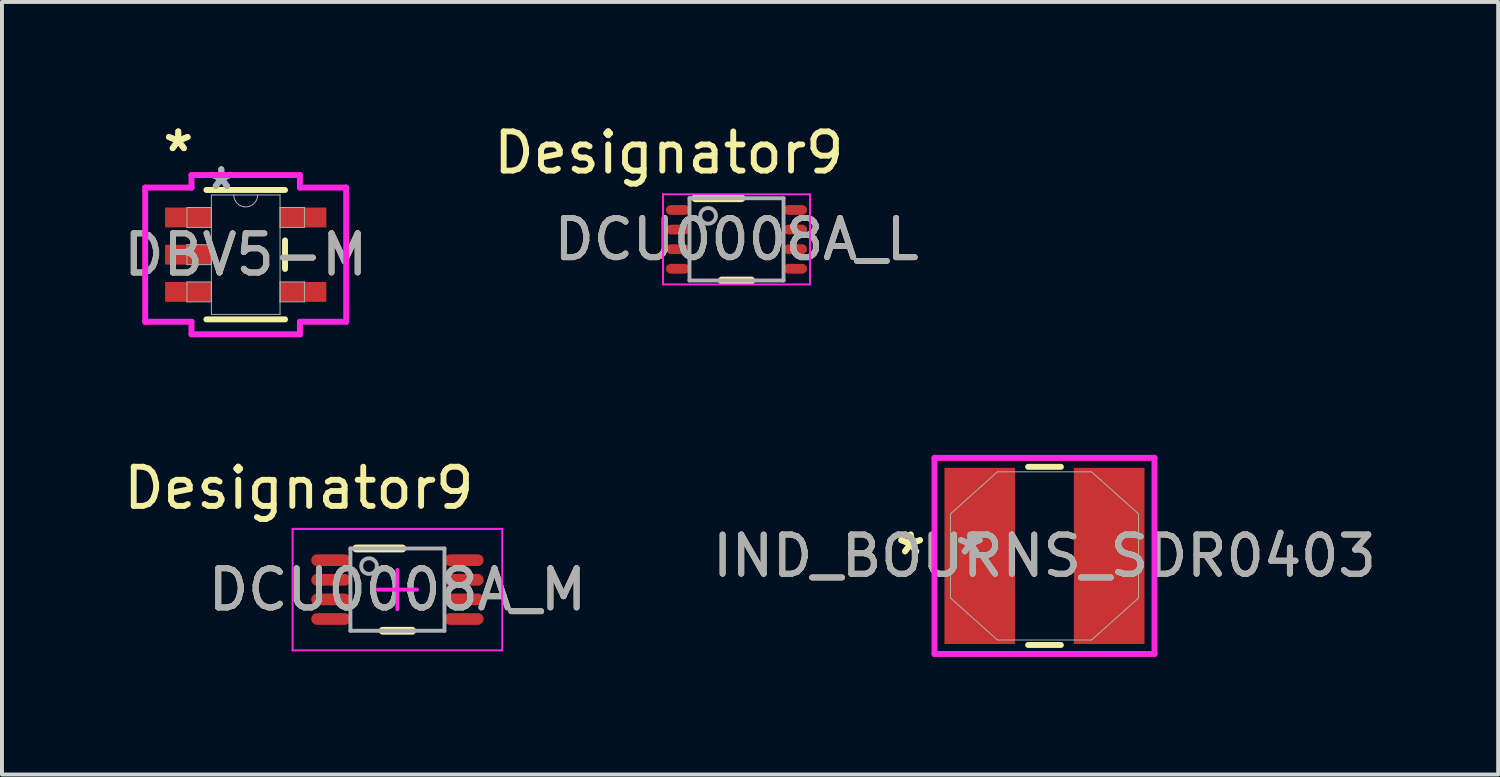
<source format=kicad_pcb>
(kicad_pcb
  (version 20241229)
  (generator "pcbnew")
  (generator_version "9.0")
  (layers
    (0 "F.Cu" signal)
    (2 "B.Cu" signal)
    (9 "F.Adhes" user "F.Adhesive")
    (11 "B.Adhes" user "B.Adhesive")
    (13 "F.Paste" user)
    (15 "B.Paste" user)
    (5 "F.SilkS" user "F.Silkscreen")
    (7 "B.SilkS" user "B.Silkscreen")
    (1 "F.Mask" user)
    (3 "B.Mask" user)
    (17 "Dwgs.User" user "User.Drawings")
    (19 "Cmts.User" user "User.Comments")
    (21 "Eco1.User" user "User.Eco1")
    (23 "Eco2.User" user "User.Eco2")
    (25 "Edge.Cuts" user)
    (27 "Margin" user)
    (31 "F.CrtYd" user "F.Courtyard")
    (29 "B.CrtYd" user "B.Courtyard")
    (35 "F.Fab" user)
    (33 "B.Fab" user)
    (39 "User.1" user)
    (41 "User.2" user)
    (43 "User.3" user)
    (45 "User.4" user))
  (footprint "IND_BOURNS_SDR0403"
    (layer "F.Cu")
    (at 23.604 11.136)
    (property "Reference" "IND_BOURNS_SDR0403" (at 0 0 0) (unlocked yes) (layer "F.SilkS") (effects (font (size 1 1) (thickness 0.15))))
    (attr smd)
    (fp_line (start -0.418 2.273) (end 0.418 2.273) (stroke (width 0.152) (type solid)) (layer "F.SilkS"))
    (fp_line (start 0.418 -2.273) (end -0.418 -2.273) (stroke (width 0.152) (type solid)) (layer "F.SilkS"))
    (fp_line (start -2.807 -2.502) (end 2.807 -2.502) (stroke (width 0.152) (type solid)) (layer "F.CrtYd"))
    (fp_line (start -2.807 2.502) (end -2.807 -2.502) (stroke (width 0.152) (type solid)) (layer "F.CrtYd"))
    (fp_line (start 2.807 -2.502) (end 2.807 2.502) (stroke (width 0.152) (type solid)) (layer "F.CrtYd"))
    (fp_line (start 2.807 2.502) (end -2.807 2.502) (stroke (width 0.152) (type solid)) (layer "F.CrtYd"))
    (fp_line (start -2.4 -1.073) (end -2.4 1.073) (stroke (width 0.025) (type solid)) (layer "F.Fab"))
    (fp_line (start -2.4 1.073) (end -1.2 2.146) (stroke (width 0.025) (type solid)) (layer "F.Fab"))
    (fp_line (start -1.2 -2.146) (end -2.4 -1.073) (stroke (width 0.025) (type solid)) (layer "F.Fab"))
    (fp_line (start -1.2 2.146) (end 1.2 2.146) (stroke (width 0.025) (type solid)) (layer "F.Fab"))
    (fp_line (start 1.2 -2.146) (end -1.2 -2.146) (stroke (width 0.025) (type solid)) (layer "F.Fab"))
    (fp_line (start 1.2 2.146) (end 2.4 1.073) (stroke (width 0.025) (type solid)) (layer "F.Fab"))
    (fp_line (start 2.4 -1.073) (end 1.2 -2.146) (stroke (width 0.025) (type solid)) (layer "F.Fab"))
    (fp_line (start 2.4 1.073) (end 2.4 -1.073) (stroke (width 0.025) (type solid)) (layer "F.Fab"))
    (fp_text user "*" (at -3.416 0 0) (unlocked yes) (layer "F.SilkS") (effects (font (size 1 1) (thickness 0.15))))
    (fp_text user "*" (at -3.416 0 0) (layer "F.SilkS") (effects (font (size 1 1) (thickness 0.15))))
    (fp_text user "*" (at -1.892 0 0) (unlocked yes) (layer "F.Fab") (effects (font (size 1 1) (thickness 0.15))))
    (fp_text user "*" (at -1.892 0 0) (layer "F.Fab") (effects (font (size 1 1) (thickness 0.15))))
    (fp_text user "${REFERENCE}" (at 0 0 0) (unlocked yes) (layer "F.Fab") (effects (font (size 1 1) (thickness 0.15))))
    (pad "1" smd rect (at -1.651 0) (size 1.803 4.496) (layers "F.Cu" "F.Mask" "F.Paste"))
    (pad "2" smd rect (at 1.651 0) (size 1.803 4.496) (layers "F.Cu" "F.Mask" "F.Paste")))
  (footprint "DBV5-M"
    (layer "F.Cu")
    (at 3.22 3.449)
    (property "Reference" "DBV5-M" (at 0 0 0) (unlocked yes) (layer "F.SilkS") (effects (font (size 1 1) (thickness 0.15))))
    (attr smd)
    (fp_line (start -1.003 1.651) (end 1.003 1.651) (stroke (width 0.152) (type solid)) (layer "F.SilkS"))
    (fp_line (start 1.003 -1.651) (end -1.003 -1.651) (stroke (width 0.152) (type solid)) (layer "F.SilkS"))
    (fp_line (start 1.003 0.363) (end 1.003 -0.363) (stroke (width 0.152) (type solid)) (layer "F.SilkS"))
    (fp_line (start -2.565 -1.712) (end -1.384 -1.712) (stroke (width 0.152) (type solid)) (layer "F.CrtYd"))
    (fp_line (start -2.565 1.712) (end -2.565 -1.712) (stroke (width 0.152) (type solid)) (layer "F.CrtYd"))
    (fp_line (start -1.384 -2.032) (end 1.384 -2.032) (stroke (width 0.152) (type solid)) (layer "F.CrtYd"))
    (fp_line (start -1.384 -1.712) (end -1.384 -2.032) (stroke (width 0.152) (type solid)) (layer "F.CrtYd"))
    (fp_line (start -1.384 1.712) (end -2.565 1.712) (stroke (width 0.152) (type solid)) (layer "F.CrtYd"))
    (fp_line (start -1.384 2.032) (end -1.384 1.712) (stroke (width 0.152) (type solid)) (layer "F.CrtYd"))
    (fp_line (start 1.384 -2.032) (end 1.384 -1.712) (stroke (width 0.152) (type solid)) (layer "F.CrtYd"))
    (fp_line (start 1.384 -1.712) (end 2.565 -1.712) (stroke (width 0.152) (type solid)) (layer "F.CrtYd"))
    (fp_line (start 1.384 1.712) (end 1.384 2.032) (stroke (width 0.152) (type solid)) (layer "F.CrtYd"))
    (fp_line (start 1.384 2.032) (end -1.384 2.032) (stroke (width 0.152) (type solid)) (layer "F.CrtYd"))
    (fp_line (start 2.565 -1.712) (end 2.565 1.712) (stroke (width 0.152) (type solid)) (layer "F.CrtYd"))
    (fp_line (start 2.565 1.712) (end 1.384 1.712) (stroke (width 0.152) (type solid)) (layer "F.CrtYd"))
    (fp_line (start -1.499 -1.204) (end -1.499 -0.696) (stroke (width 0.025) (type solid)) (layer "F.Fab"))
    (fp_line (start -1.499 -0.696) (end -0.876 -0.696) (stroke (width 0.025) (type solid)) (layer "F.Fab"))
    (fp_line (start -1.499 -0.254) (end -1.499 0.254) (stroke (width 0.025) (type solid)) (layer "F.Fab"))
    (fp_line (start -1.499 0.254) (end -0.876 0.254) (stroke (width 0.025) (type solid)) (layer "F.Fab"))
    (fp_line (start -1.499 0.696) (end -1.499 1.204) (stroke (width 0.025) (type solid)) (layer "F.Fab"))
    (fp_line (start -1.499 1.204) (end -0.876 1.204) (stroke (width 0.025) (type solid)) (layer "F.Fab"))
    (fp_line (start -0.876 -1.524) (end -0.876 1.524) (stroke (width 0.025) (type solid)) (layer "F.Fab"))
    (fp_line (start -0.876 -1.204) (end -1.499 -1.204) (stroke (width 0.025) (type solid)) (layer "F.Fab"))
    (fp_line (start -0.876 -0.696) (end -0.876 -1.204) (stroke (width 0.025) (type solid)) (layer "F.Fab"))
    (fp_line (start -0.876 -0.254) (end -1.499 -0.254) (stroke (width 0.025) (type solid)) (layer "F.Fab"))
    (fp_line (start -0.876 0.254) (end -0.876 -0.254) (stroke (width 0.025) (type solid)) (layer "F.Fab"))
    (fp_line (start -0.876 0.696) (end -1.499 0.696) (stroke (width 0.025) (type solid)) (layer "F.Fab"))
    (fp_line (start -0.876 1.204) (end -0.876 0.696) (stroke (width 0.025) (type solid)) (layer "F.Fab"))
    (fp_line (start -0.876 1.524) (end 0.876 1.524) (stroke (width 0.025) (type solid)) (layer "F.Fab"))
    (fp_line (start 0.876 -1.524) (end -0.876 -1.524) (stroke (width 0.025) (type solid)) (layer "F.Fab"))
    (fp_line (start 0.876 -1.204) (end 0.876 -0.696) (stroke (width 0.025) (type solid)) (layer "F.Fab"))
    (fp_line (start 0.876 -0.696) (end 1.499 -0.696) (stroke (width 0.025) (type solid)) (layer "F.Fab"))
    (fp_line (start 0.876 0.696) (end 0.876 1.204) (stroke (width 0.025) (type solid)) (layer "F.Fab"))
    (fp_line (start 0.876 1.204) (end 1.499 1.204) (stroke (width 0.025) (type solid)) (layer "F.Fab"))
    (fp_line (start 0.876 1.524) (end 0.876 -1.524) (stroke (width 0.025) (type solid)) (layer "F.Fab"))
    (fp_line (start 1.499 -1.204) (end 0.876 -1.204) (stroke (width 0.025) (type solid)) (layer "F.Fab"))
    (fp_line (start 1.499 -0.696) (end 1.499 -1.204) (stroke (width 0.025) (type solid)) (layer "F.Fab"))
    (fp_line (start 1.499 0.696) (end 0.876 0.696) (stroke (width 0.025) (type solid)) (layer "F.Fab"))
    (fp_line (start 1.499 1.204) (end 1.499 0.696) (stroke (width 0.025) (type solid)) (layer "F.Fab"))
    (fp_arc (start 0.3048 -1.524) (mid 0 -1.2192) (end -0.3048 -1.524) (stroke (width 0.0254) (type solid)) (layer "F.Fab"))
    (fp_text user "*" (at -1.721 -2.601 0) (unlocked yes) (layer "F.SilkS") (effects (font (size 1 1) (thickness 0.15))))
    (fp_text user "*" (at -1.721 -2.601 0) (layer "F.SilkS") (effects (font (size 1 1) (thickness 0.15))))
    (fp_text user "${REFERENCE}" (at 0 0 0) (unlocked yes) (layer "F.Fab") (effects (font (size 1 1) (thickness 0.15))))
    (fp_text user "*" (at -0.622 -1.636 0) (layer "F.Fab") (effects (font (size 1 1) (thickness 0.15))))
    (fp_text user "*" (at -0.622 -1.636 0) (unlocked yes) (layer "F.Fab") (effects (font (size 1 1) (thickness 0.15))))
    (pad "1" smd rect (at -1.467 -0.95) (size 1.181 0.508) (layers "F.Cu" "F.Mask" "F.Paste"))
    (pad "2" smd rect (at -1.467 0) (size 1.181 0.508) (layers "F.Cu" "F.Mask" "F.Paste"))
    (pad "3" smd rect (at -1.467 0.95) (size 1.181 0.508) (layers "F.Cu" "F.Mask" "F.Paste"))
    (pad "4" smd rect (at 1.467 0.95) (size 1.181 0.508) (layers "F.Cu" "F.Mask" "F.Paste"))
    (pad "5" smd rect (at 1.467 -0.95) (size 1.181 0.508) (layers "F.Cu" "F.Mask" "F.Paste")))
  (footprint "DCU0008A_L"
    (layer "F.Cu")
    (at 15.745 3.058)
    (property "Reference" "DCU0008A_L" (at 0 0 0) (unlocked yes) (layer "F.SilkS") (effects (font (size 1 1) (thickness 0.15))))
    (attr smd)
    (fp_line (start -1.05 -1.05) (end 0.125 -1.05) (stroke (width 0.2) (type solid)) (layer "F.SilkS"))
    (fp_line (start -0.375 1.05) (end 0.375 1.05) (stroke (width 0.2) (type solid)) (layer "F.SilkS"))
    (fp_line (start -1.875 -1.15) (end 1.875 -1.15) (stroke (width 0.05) (type solid)) (layer "F.CrtYd"))
    (fp_line (start -1.875 1.15) (end -1.875 -1.15) (stroke (width 0.05) (type solid)) (layer "F.CrtYd"))
    (fp_line (start -1.875 1.15) (end 1.875 1.15) (stroke (width 0.05) (type solid)) (layer "F.CrtYd"))
    (fp_line (start 1.875 1.15) (end 1.875 -1.15) (stroke (width 0.05) (type solid)) (layer "F.CrtYd"))
    (fp_line (start -1.2 -1.05) (end 1.2 -1.05) (stroke (width 0.1) (type solid)) (layer "F.Fab"))
    (fp_line (start -1.2 1.05) (end -1.2 -1.05) (stroke (width 0.1) (type solid)) (layer "F.Fab"))
    (fp_line (start -1.2 1.05) (end 1.2 1.05) (stroke (width 0.1) (type solid)) (layer "F.Fab"))
    (fp_line (start 1.2 1.05) (end 1.2 -1.05) (stroke (width 0.1) (type solid)) (layer "F.Fab"))
    (fp_circle (center -0.725 -0.6) (end -0.525 -0.6) (stroke (width 0.1) (type solid)) (fill no) (layer "F.Fab"))
    (fp_text user "Designator9" (at -1.727 -2.21 0) (unlocked yes) (layer "F.SilkS") (effects (font (size 1 1) (thickness 0.15))))
    (fp_text user "${REFERENCE}" (at 0 0 0) (unlocked yes) (layer "F.Fab") (effects (font (size 1 1) (thickness 0.15))))
    (pad "1" smd oval (at -1.5 -0.75 90) (size 0.25 0.6) (layers "F.Cu" "F.Mask" "F.Paste"))
    (pad "2" smd oval (at -1.5 -0.25 90) (size 0.25 0.6) (layers "F.Cu" "F.Mask" "F.Paste"))
    (pad "3" smd oval (at -1.5 0.25 90) (size 0.25 0.6) (layers "F.Cu" "F.Mask" "F.Paste"))
    (pad "4" smd oval (at -1.5 0.75 90) (size 0.25 0.6) (layers "F.Cu" "F.Mask" "F.Paste"))
    (pad "5" smd oval (at 1.5 0.75 90) (size 0.25 0.6) (layers "F.Cu" "F.Mask" "F.Paste"))
    (pad "6" smd oval (at 1.5 0.25 90) (size 0.25 0.6) (layers "F.Cu" "F.Mask" "F.Paste"))
    (pad "7" smd oval (at 1.5 -0.25 90) (size 0.25 0.6) (layers "F.Cu" "F.Mask" "F.Paste"))
    (pad "8" smd oval (at 1.5 -0.75 90) (size 0.25 0.6) (layers "F.Cu" "F.Mask" "F.Paste")))
  (footprint "DCU0008A_M"
    (layer "F.Cu")
    (at 7.092 11.996)
    (property "Reference" "DCU0008A_M" (at 0 0 0) (unlocked yes) (layer "F.SilkS") (effects (font (size 1 1) (thickness 0.15))))
    (attr smd)
    (fp_line (start -1.05 -1.05) (end 0.125 -1.05) (stroke (width 0.2) (type solid)) (layer "F.SilkS"))
    (fp_line (start -0.375 1.05) (end 0.375 1.05) (stroke (width 0.2) (type solid)) (layer "F.SilkS"))
    (fp_line (start -2.675 -1.55) (end 2.675 -1.55) (stroke (width 0.05) (type solid)) (layer "F.CrtYd"))
    (fp_line (start -2.675 1.55) (end -2.675 -1.55) (stroke (width 0.05) (type solid)) (layer "F.CrtYd"))
    (fp_line (start -2.675 1.55) (end 2.675 1.55) (stroke (width 0.05) (type solid)) (layer "F.CrtYd"))
    (fp_line (start -0.5 0) (end 0.5 0) (stroke (width 0.1) (type solid)) (layer "F.CrtYd"))
    (fp_line (start -0.000003 0.5) (end -0.000003 -0.5) (stroke (width 0.1) (type solid)) (layer "F.CrtYd"))
    (fp_line (start 2.675 1.55) (end 2.675 -1.55) (stroke (width 0.05) (type solid)) (layer "F.CrtYd"))
    (fp_line (start -1.2 -1.05) (end 1.2 -1.05) (stroke (width 0.1) (type solid)) (layer "F.Fab"))
    (fp_line (start -1.2 1.05) (end -1.2 -1.05) (stroke (width 0.1) (type solid)) (layer "F.Fab"))
    (fp_line (start -1.2 1.05) (end 1.2 1.05) (stroke (width 0.1) (type solid)) (layer "F.Fab"))
    (fp_line (start 1.2 1.05) (end 1.2 -1.05) (stroke (width 0.1) (type solid)) (layer "F.Fab"))
    (fp_circle (center -0.725 -0.6) (end -0.525 -0.6) (stroke (width 0.1) (type solid)) (fill no) (layer "F.Fab"))
    (fp_text user "Designator9" (at -2.515 -2.591 0) (unlocked yes) (layer "F.SilkS") (effects (font (size 1 1) (thickness 0.15))))
    (fp_text user "${REFERENCE}" (at 0 0 0) (unlocked yes) (layer "F.Fab") (effects (font (size 1 1) (thickness 0.15))))
    (pad "1" smd oval (at -1.7 -0.75 90) (size 0.3 1) (layers "F.Cu" "F.Mask" "F.Paste"))
    (pad "2" smd oval (at -1.7 -0.25 90) (size 0.3 1) (layers "F.Cu" "F.Mask" "F.Paste"))
    (pad "3" smd oval (at -1.7 0.25 90) (size 0.3 1) (layers "F.Cu" "F.Mask" "F.Paste"))
    (pad "4" smd oval (at -1.7 0.75 90) (size 0.3 1) (layers "F.Cu" "F.Mask" "F.Paste"))
    (pad "5" smd oval (at 1.7 0.75 90) (size 0.3 1) (layers "F.Cu" "F.Mask" "F.Paste"))
    (pad "6" smd oval (at 1.7 0.25 90) (size 0.3 1) (layers "F.Cu" "F.Mask" "F.Paste"))
    (pad "7" smd oval (at 1.7 -0.25 90) (size 0.3 1) (layers "F.Cu" "F.Mask" "F.Paste"))
    (pad "8" smd oval (at 1.7 -0.75 90) (size 0.3 1) (layers "F.Cu" "F.Mask" "F.Paste")))
  (gr_rect
    (start -3 -3)
    (end 35.181 16.714)
    (stroke (width 0.1) (type default))
    (fill no)
    (layer "Edge.Cuts")))
</source>
